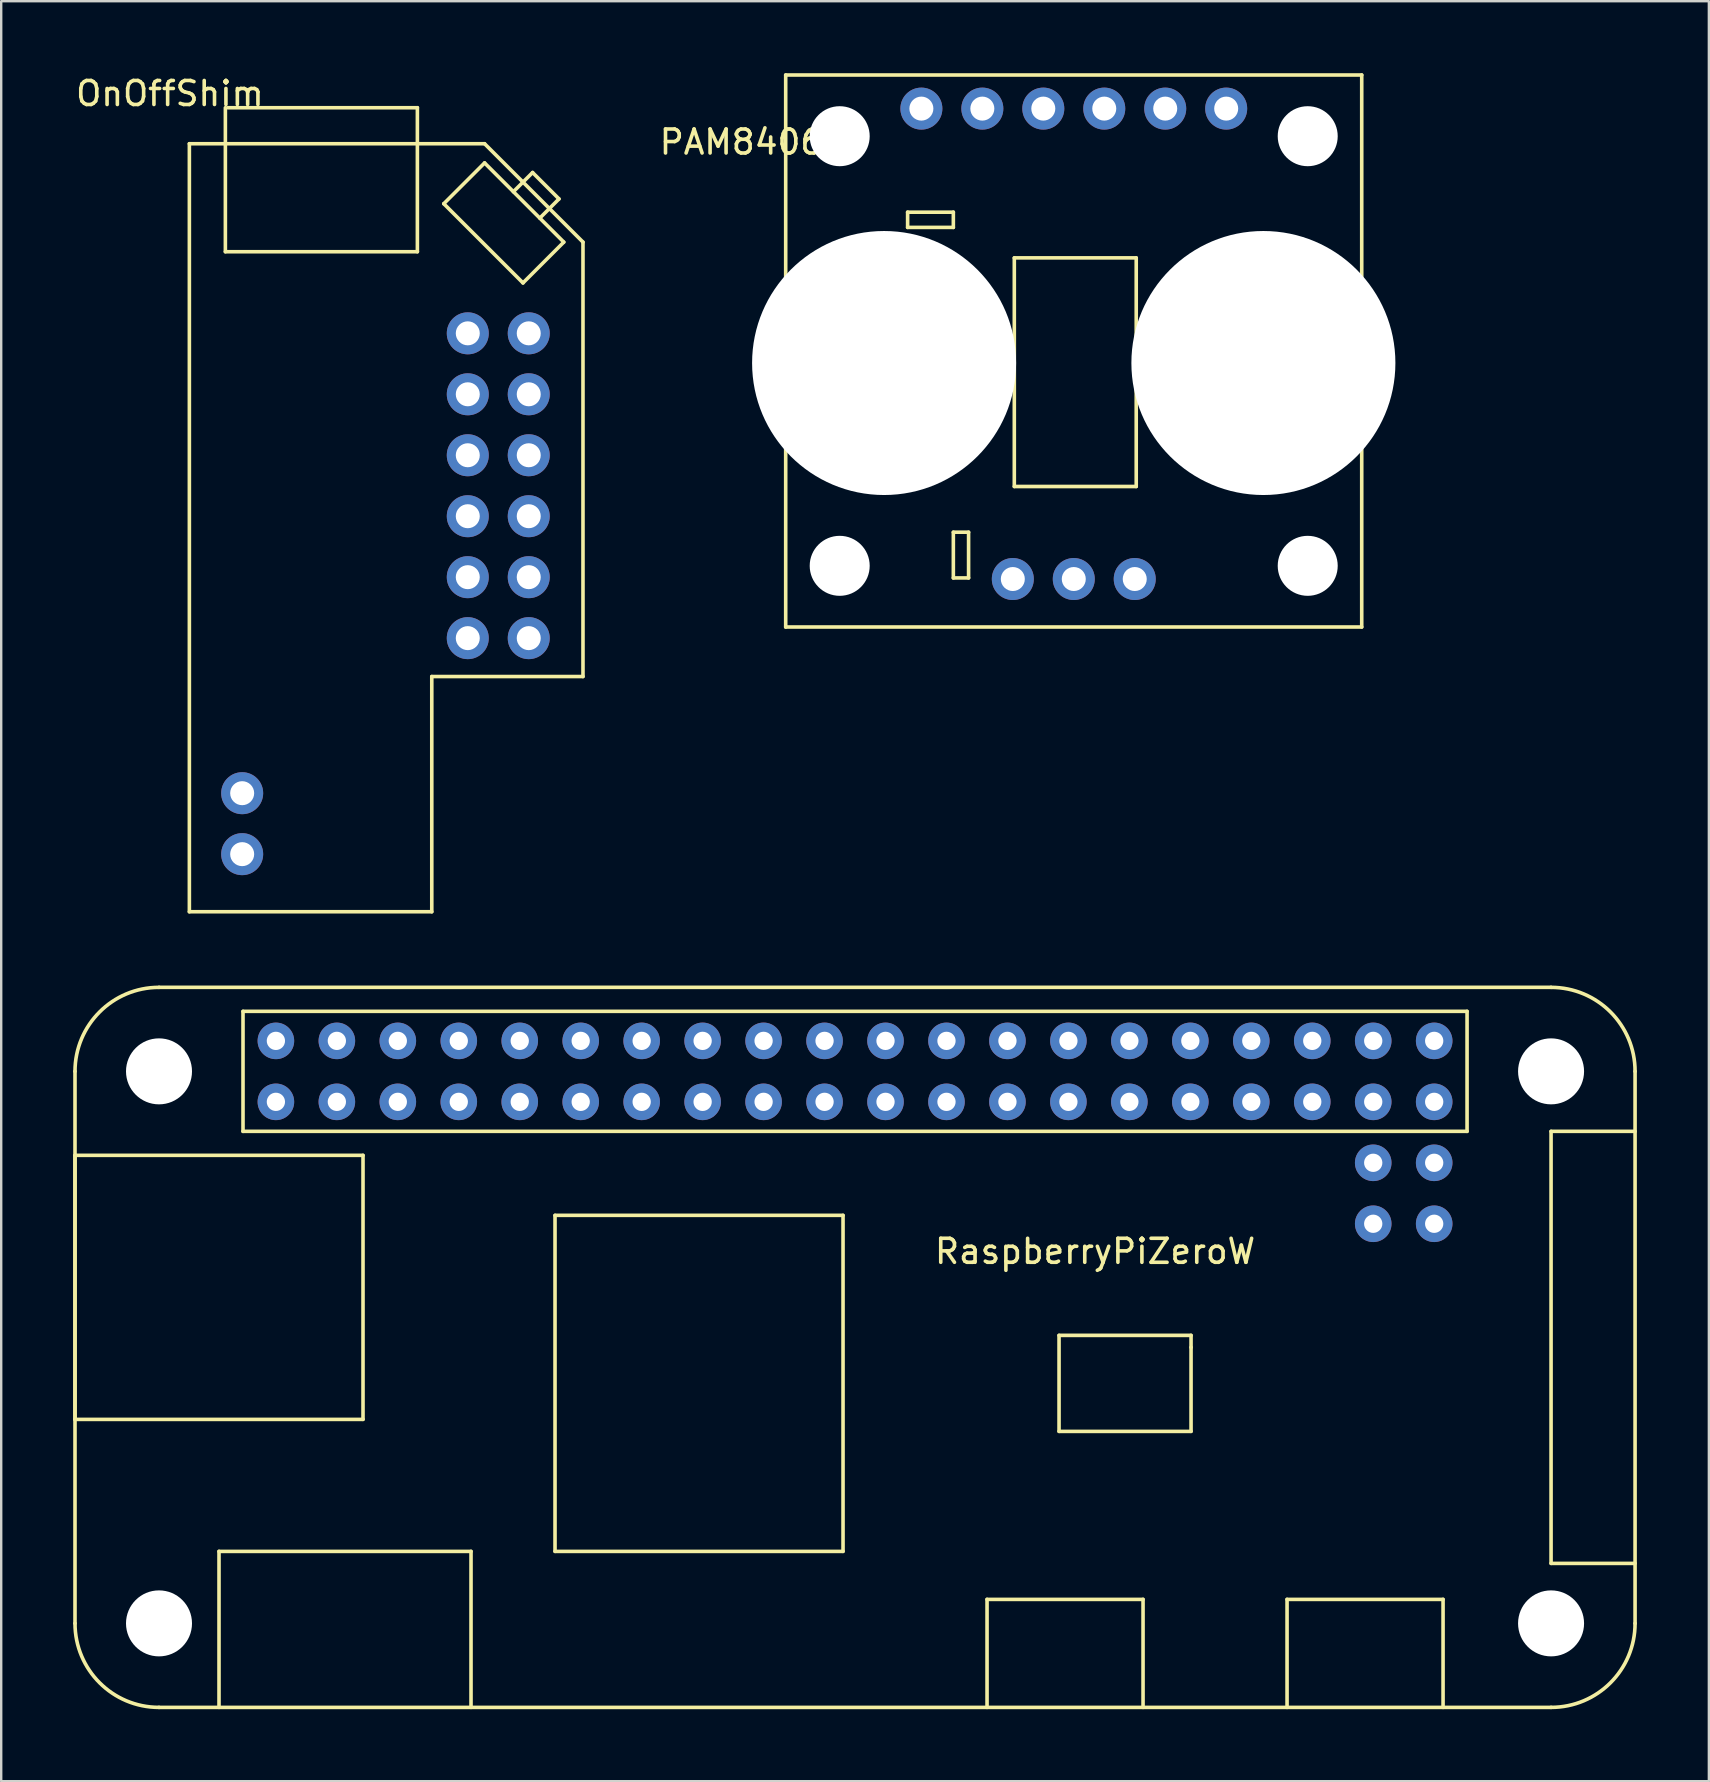
<source format=kicad_pcb>
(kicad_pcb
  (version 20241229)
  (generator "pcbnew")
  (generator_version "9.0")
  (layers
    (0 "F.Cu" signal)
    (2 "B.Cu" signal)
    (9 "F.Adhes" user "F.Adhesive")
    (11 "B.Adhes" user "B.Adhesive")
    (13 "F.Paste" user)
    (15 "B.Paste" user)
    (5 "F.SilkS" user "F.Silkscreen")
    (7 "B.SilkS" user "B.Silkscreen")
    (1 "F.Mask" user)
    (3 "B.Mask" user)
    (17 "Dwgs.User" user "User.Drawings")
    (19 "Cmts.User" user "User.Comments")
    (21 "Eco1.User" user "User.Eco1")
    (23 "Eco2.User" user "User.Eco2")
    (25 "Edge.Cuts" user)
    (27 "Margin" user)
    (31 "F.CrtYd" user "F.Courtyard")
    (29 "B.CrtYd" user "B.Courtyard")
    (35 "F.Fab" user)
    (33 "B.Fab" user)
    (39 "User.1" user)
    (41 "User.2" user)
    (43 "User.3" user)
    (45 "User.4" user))
  (footprint "PAM8406"
    (layer "F.Cu")
    (at 44.229 21.075)
    (property "Reference" "PAM8406" (at -16.384 -18.206 0) (layer "F.SilkS") (effects (font (size 1 1) (thickness 0.15))))
    (attr through_hole)
    (fp_line (start -14.543 -21) (end -14.543 2) (stroke (width 0.15) (type solid)) (layer "F.SilkS"))
    (fp_line (start -14.543 -21) (end 9.457 -21) (stroke (width 0.15) (type solid)) (layer "F.SilkS"))
    (fp_line (start -14.543 2) (end 9.457 2) (stroke (width 0.15) (type solid)) (layer "F.SilkS"))
    (fp_line (start -9.463 -15.285) (end -9.463 -14.65) (stroke (width 0.15) (type solid)) (layer "F.SilkS"))
    (fp_line (start -9.463 -14.65) (end -7.558 -14.65) (stroke (width 0.15) (type solid)) (layer "F.SilkS"))
    (fp_line (start -7.558 -15.285) (end -9.463 -15.285) (stroke (width 0.15) (type solid)) (layer "F.SilkS"))
    (fp_line (start -7.558 -14.65) (end -7.558 -15.285) (stroke (width 0.15) (type solid)) (layer "F.SilkS"))
    (fp_line (start -7.558 -1.95) (end -7.558 -0.045) (stroke (width 0.15) (type solid)) (layer "F.SilkS"))
    (fp_line (start -7.558 -0.045) (end -6.923 -0.045) (stroke (width 0.15) (type solid)) (layer "F.SilkS"))
    (fp_line (start -6.923 -1.95) (end -7.558 -1.95) (stroke (width 0.15) (type solid)) (layer "F.SilkS"))
    (fp_line (start -6.923 -0.045) (end -6.923 -1.95) (stroke (width 0.15) (type solid)) (layer "F.SilkS"))
    (fp_line (start -5.018 -13.38) (end -5.018 -3.855) (stroke (width 0.15) (type solid)) (layer "F.SilkS"))
    (fp_line (start -5.018 -3.855) (end 0.062 -3.855) (stroke (width 0.15) (type solid)) (layer "F.SilkS"))
    (fp_line (start 0.062 -13.38) (end -5.018 -13.38) (stroke (width 0.15) (type solid)) (layer "F.SilkS"))
    (fp_line (start 0.062 -3.855) (end 0.062 -13.38) (stroke (width 0.15) (type solid)) (layer "F.SilkS"))
    (fp_line (start 9.457 -21) (end 9.457 2) (stroke (width 0.15) (type solid)) (layer "F.SilkS"))
    (pad "" np_thru_hole circle (at -12.293 -18.45) (size 2.5 2.5) (drill 2.5) (layers "*.Cu" "*.Mask"))
    (pad "" np_thru_hole circle (at -12.293 -0.55) (size 2.5 2.5) (drill 2.5) (layers "*.Cu" "*.Mask"))
    (pad "" np_thru_hole circle (at -10.443 -9) (size 11 11) (drill 11) (layers "*.Cu" "*.Mask"))
    (pad "" np_thru_hole circle (at 5.36 -9) (size 11 11) (drill 11) (layers "*.Cu" "*.Mask"))
    (pad "" np_thru_hole circle (at 7.207 -18.45) (size 2.5 2.5) (drill 2.5) (layers "*.Cu" "*.Mask"))
    (pad "" np_thru_hole circle (at 7.207 -0.55) (size 2.5 2.5) (drill 2.5) (layers "*.Cu" "*.Mask"))
    (pad "1" thru_hole circle (at 3.81 -19.6) (size 1.75 1.75) (drill 1) (layers "*.Cu" "*.Mask"))
    (pad "2" thru_hole circle (at 1.27 -19.6) (size 1.75 1.75) (drill 1) (layers "*.Cu" "*.Mask"))
    (pad "3" thru_hole circle (at -1.27 -19.6) (size 1.75 1.75) (drill 1) (layers "*.Cu" "*.Mask"))
    (pad "4" thru_hole circle (at -3.81 -19.6) (size 1.75 1.75) (drill 1) (layers "*.Cu" "*.Mask"))
    (pad "5" thru_hole circle (at -6.35 -19.6) (size 1.75 1.75) (drill 1) (layers "*.Cu" "*.Mask"))
    (pad "6" thru_hole circle (at -8.89 -19.6) (size 1.75 1.75) (drill 1) (layers "*.Cu" "*.Mask"))
    (pad "7" thru_hole circle (at 0 0) (size 1.75 1.75) (drill 1) (layers "*.Cu" "*.Mask"))
    (pad "8" thru_hole circle (at -2.54 0) (size 1.75 1.75) (drill 1) (layers "*.Cu" "*.Mask"))
    (pad "9" thru_hole circle (at -5.08 0) (size 1.75 1.75) (drill 1) (layers "*.Cu" "*.Mask")))
  (footprint "RaspberryPiZeroW"
    (layer "F.Cu")
    (at 54.165 40.318)
    (property "Reference" "RaspberryPiZeroW" (at -11.59 8.77 0) (layer "F.SilkS") (effects (font (size 1 1) (thickness 0.15))))
    (attr through_hole)
    (fp_line (start -54.09 1.27) (end -54.09 24.27) (stroke (width 0.15) (type solid)) (layer "F.SilkS"))
    (fp_line (start -54.09 4.77) (end -54.09 15.77) (stroke (width 0.15) (type solid)) (layer "F.SilkS"))
    (fp_line (start -54.09 15.77) (end -42.09 15.77) (stroke (width 0.15) (type solid)) (layer "F.SilkS"))
    (fp_line (start -50.59 -2.23) (end 7.41 -2.23) (stroke (width 0.15) (type solid)) (layer "F.SilkS"))
    (fp_line (start -50.59 27.77) (end 7.41 27.77) (stroke (width 0.15) (type solid)) (layer "F.SilkS"))
    (fp_line (start -48.09 21.27) (end -48.09 27.77) (stroke (width 0.15) (type solid)) (layer "F.SilkS"))
    (fp_line (start -47.09 -1.23) (end -47.09 3.77) (stroke (width 0.15) (type solid)) (layer "F.SilkS"))
    (fp_line (start -47.09 3.77) (end 3.91 3.77) (stroke (width 0.15) (type solid)) (layer "F.SilkS"))
    (fp_line (start -42.09 4.77) (end -54.09 4.77) (stroke (width 0.15) (type solid)) (layer "F.SilkS"))
    (fp_line (start -42.09 15.77) (end -42.09 4.77) (stroke (width 0.15) (type solid)) (layer "F.SilkS"))
    (fp_line (start -37.59 21.27) (end -48.09 21.27) (stroke (width 0.15) (type solid)) (layer "F.SilkS"))
    (fp_line (start -37.59 27.77) (end -37.59 21.27) (stroke (width 0.15) (type solid)) (layer "F.SilkS"))
    (fp_line (start -34.09 7.27) (end -34.09 21.27) (stroke (width 0.15) (type solid)) (layer "F.SilkS"))
    (fp_line (start -34.09 21.27) (end -22.09 21.27) (stroke (width 0.15) (type solid)) (layer "F.SilkS"))
    (fp_line (start -22.09 7.27) (end -34.09 7.27) (stroke (width 0.15) (type solid)) (layer "F.SilkS"))
    (fp_line (start -22.09 21.27) (end -22.09 7.27) (stroke (width 0.15) (type solid)) (layer "F.SilkS"))
    (fp_line (start -16.09 23.27) (end -16.09 27.77) (stroke (width 0.15) (type solid)) (layer "F.SilkS"))
    (fp_line (start -13.09 12.27) (end -13.09 16.27) (stroke (width 0.15) (type solid)) (layer "F.SilkS"))
    (fp_line (start -13.09 16.27) (end -7.59 16.27) (stroke (width 0.15) (type solid)) (layer "F.SilkS"))
    (fp_line (start -9.59 23.27) (end -16.09 23.27) (stroke (width 0.15) (type solid)) (layer "F.SilkS"))
    (fp_line (start -9.59 27.77) (end -9.59 23.27) (stroke (width 0.15) (type solid)) (layer "F.SilkS"))
    (fp_line (start -7.59 12.27) (end -13.09 12.27) (stroke (width 0.15) (type solid)) (layer "F.SilkS"))
    (fp_line (start -7.59 12.77) (end -7.59 12.27) (stroke (width 0.15) (type solid)) (layer "F.SilkS"))
    (fp_line (start -7.59 16.27) (end -7.59 12.77) (stroke (width 0.15) (type solid)) (layer "F.SilkS"))
    (fp_line (start -3.59 23.27) (end -3.59 27.77) (stroke (width 0.15) (type solid)) (layer "F.SilkS"))
    (fp_line (start 2.91 23.27) (end -3.59 23.27) (stroke (width 0.15) (type solid)) (layer "F.SilkS"))
    (fp_line (start 2.91 27.77) (end 2.91 23.27) (stroke (width 0.15) (type solid)) (layer "F.SilkS"))
    (fp_line (start 3.91 -1.23) (end -47.09 -1.23) (stroke (width 0.15) (type solid)) (layer "F.SilkS"))
    (fp_line (start 3.91 3.77) (end 3.91 -1.23) (stroke (width 0.15) (type solid)) (layer "F.SilkS"))
    (fp_line (start 7.41 3.77) (end 7.41 21.77) (stroke (width 0.15) (type solid)) (layer "F.SilkS"))
    (fp_line (start 7.41 21.77) (end 10.91 21.77) (stroke (width 0.15) (type solid)) (layer "F.SilkS"))
    (fp_line (start 10.91 1.27) (end 10.91 24.27) (stroke (width 0.15) (type solid)) (layer "F.SilkS"))
    (fp_line (start 10.91 3.77) (end 7.41 3.77) (stroke (width 0.15) (type solid)) (layer "F.SilkS"))
    (fp_arc (start -54.09 1.27) (mid -53.064874 -1.204874) (end -50.59 -2.23) (stroke (width 0.15) (type solid)) (layer "F.SilkS"))
    (fp_arc (start -50.59 27.77) (mid -53.064874 26.744874) (end -54.09 24.27) (stroke (width 0.15) (type solid)) (layer "F.SilkS"))
    (fp_arc (start 7.41 -2.23) (mid 9.884874 -1.204874) (end 10.91 1.27) (stroke (width 0.15) (type solid)) (layer "F.SilkS"))
    (fp_arc (start 10.91 24.27) (mid 9.884874 26.744874) (end 7.41 27.77) (stroke (width 0.15) (type solid)) (layer "F.SilkS"))
    (pad "" np_thru_hole circle (at -50.59 1.27) (size 2.75 2.75) (drill 2.75) (layers "*.Cu" "*.Mask"))
    (pad "" np_thru_hole circle (at -50.59 24.27) (size 2.75 2.75) (drill 2.75) (layers "*.Cu" "*.Mask"))
    (pad "" np_thru_hole circle (at 7.41 1.27) (size 2.75 2.75) (drill 2.75) (layers "*.Cu" "*.Mask"))
    (pad "" np_thru_hole circle (at 7.41 24.27) (size 2.75 2.75) (drill 2.75) (layers "*.Cu" "*.Mask"))
    (pad "1" thru_hole circle (at -45.72 2.54) (size 1.524 1.524) (drill 0.762) (layers "*.Cu" "*.Mask"))
    (pad "2" thru_hole circle (at -45.72 0) (size 1.524 1.524) (drill 0.762) (layers "*.Cu" "*.Mask"))
    (pad "3" thru_hole circle (at -43.18 2.54) (size 1.524 1.524) (drill 0.762) (layers "*.Cu" "*.Mask"))
    (pad "4" thru_hole circle (at -43.18 0) (size 1.524 1.524) (drill 0.762) (layers "*.Cu" "*.Mask"))
    (pad "5" thru_hole circle (at -40.64 2.54) (size 1.524 1.524) (drill 0.762) (layers "*.Cu" "*.Mask"))
    (pad "6" thru_hole circle (at -40.64 0) (size 1.524 1.524) (drill 0.762) (layers "*.Cu" "*.Mask"))
    (pad "7" thru_hole circle (at -38.1 2.54) (size 1.524 1.524) (drill 0.762) (layers "*.Cu" "*.Mask"))
    (pad "8" thru_hole circle (at -38.1 0) (size 1.524 1.524) (drill 0.762) (layers "*.Cu" "*.Mask"))
    (pad "9" thru_hole circle (at -35.56 2.54) (size 1.524 1.524) (drill 0.762) (layers "*.Cu" "*.Mask"))
    (pad "10" thru_hole circle (at -35.56 0) (size 1.524 1.524) (drill 0.762) (layers "*.Cu" "*.Mask"))
    (pad "11" thru_hole circle (at -33.02 2.54) (size 1.524 1.524) (drill 0.762) (layers "*.Cu" "*.Mask"))
    (pad "12" thru_hole circle (at -33.02 0) (size 1.524 1.524) (drill 0.762) (layers "*.Cu" "*.Mask"))
    (pad "13" thru_hole circle (at -30.48 2.54) (size 1.524 1.524) (drill 0.762) (layers "*.Cu" "*.Mask"))
    (pad "14" thru_hole circle (at -30.48 0) (size 1.524 1.524) (drill 0.762) (layers "*.Cu" "*.Mask"))
    (pad "15" thru_hole circle (at -27.94 2.54) (size 1.524 1.524) (drill 0.762) (layers "*.Cu" "*.Mask"))
    (pad "16" thru_hole circle (at -27.94 0) (size 1.524 1.524) (drill 0.762) (layers "*.Cu" "*.Mask"))
    (pad "17" thru_hole circle (at -25.4 2.54) (size 1.524 1.524) (drill 0.762) (layers "*.Cu" "*.Mask"))
    (pad "18" thru_hole circle (at -25.4 0) (size 1.524 1.524) (drill 0.762) (layers "*.Cu" "*.Mask"))
    (pad "19" thru_hole circle (at -22.86 2.54) (size 1.524 1.524) (drill 0.762) (layers "*.Cu" "*.Mask"))
    (pad "20" thru_hole circle (at -22.86 0) (size 1.524 1.524) (drill 0.762) (layers "*.Cu" "*.Mask"))
    (pad "21" thru_hole circle (at -20.32 2.54) (size 1.524 1.524) (drill 0.762) (layers "*.Cu" "*.Mask"))
    (pad "22" thru_hole circle (at -20.32 0) (size 1.524 1.524) (drill 0.762) (layers "*.Cu" "*.Mask"))
    (pad "23" thru_hole circle (at -17.78 2.54) (size 1.524 1.524) (drill 0.762) (layers "*.Cu" "*.Mask"))
    (pad "24" thru_hole circle (at -17.78 0) (size 1.524 1.524) (drill 0.762) (layers "*.Cu" "*.Mask"))
    (pad "25" thru_hole circle (at -15.24 2.54) (size 1.524 1.524) (drill 0.762) (layers "*.Cu" "*.Mask"))
    (pad "26" thru_hole circle (at -15.24 0) (size 1.524 1.524) (drill 0.762) (layers "*.Cu" "*.Mask"))
    (pad "27" thru_hole circle (at -12.7 2.54) (size 1.524 1.524) (drill 0.762) (layers "*.Cu" "*.Mask"))
    (pad "28" thru_hole circle (at -12.7 0) (size 1.524 1.524) (drill 0.762) (layers "*.Cu" "*.Mask"))
    (pad "29" thru_hole circle (at -10.16 2.54) (size 1.524 1.524) (drill 0.762) (layers "*.Cu" "*.Mask"))
    (pad "30" thru_hole circle (at -10.16 0) (size 1.524 1.524) (drill 0.762) (layers "*.Cu" "*.Mask"))
    (pad "31" thru_hole circle (at -7.62 2.54) (size 1.524 1.524) (drill 0.762) (layers "*.Cu" "*.Mask"))
    (pad "32" thru_hole circle (at -7.62 0) (size 1.524 1.524) (drill 0.762) (layers "*.Cu" "*.Mask"))
    (pad "33" thru_hole circle (at -5.08 2.54) (size 1.524 1.524) (drill 0.762) (layers "*.Cu" "*.Mask"))
    (pad "34" thru_hole circle (at -5.08 0) (size 1.524 1.524) (drill 0.762) (layers "*.Cu" "*.Mask"))
    (pad "35" thru_hole circle (at -2.54 2.54) (size 1.524 1.524) (drill 0.762) (layers "*.Cu" "*.Mask"))
    (pad "36" thru_hole circle (at -2.54 0) (size 1.524 1.524) (drill 0.762) (layers "*.Cu" "*.Mask"))
    (pad "37" thru_hole circle (at 0 2.54) (size 1.524 1.524) (drill 0.762) (layers "*.Cu" "*.Mask"))
    (pad "38" thru_hole circle (at 0 0) (size 1.524 1.524) (drill 0.762) (layers "*.Cu" "*.Mask"))
    (pad "39" thru_hole circle (at 2.54 2.54) (size 1.524 1.524) (drill 0.762) (layers "*.Cu" "*.Mask"))
    (pad "40" thru_hole circle (at 2.54 0) (size 1.524 1.524) (drill 0.762) (layers "*.Cu" "*.Mask"))
    (pad "41" thru_hole circle (at 0 5.08) (size 1.524 1.524) (drill 0.762) (layers "*.Cu" "*.Mask"))
    (pad "42" thru_hole circle (at 2.54 5.08) (size 1.524 1.524) (drill 0.762) (layers "*.Cu" "*.Mask"))
    (pad "43" thru_hole circle (at 0 7.62) (size 1.524 1.524) (drill 0.762) (layers "*.Cu" "*.Mask"))
    (pad "44" thru_hole circle (at 2.54 7.62) (size 1.524 1.524) (drill 0.762) (layers "*.Cu" "*.Mask")))
  (footprint "OnOffShim"
    (layer "F.Cu")
    (at 12.36 17.088)
    (property "Reference" "OnOffShim" (at -8.33 -16.24 0) (layer "F.SilkS") (effects (font (size 1 1) (thickness 0.15))))
    (attr through_hole)
    (fp_line (start -7.52 -14.15) (end 4.78 -14.15) (stroke (width 0.15) (type solid)) (layer "F.SilkS"))
    (fp_line (start -7.52 17.85) (end -7.52 -14.15) (stroke (width 0.15) (type solid)) (layer "F.SilkS"))
    (fp_line (start -7.52 17.85) (end 2.58 17.85) (stroke (width 0.15) (type solid)) (layer "F.SilkS"))
    (fp_line (start -6.02 -15.65) (end -6.02 -9.65) (stroke (width 0.15) (type solid)) (layer "F.SilkS"))
    (fp_line (start -6.02 -9.65) (end 1.98 -9.65) (stroke (width 0.15) (type solid)) (layer "F.SilkS"))
    (fp_line (start 1.98 -15.65) (end -5.92 -15.65) (stroke (width 0.15) (type solid)) (layer "F.SilkS"))
    (fp_line (start 1.98 -9.65) (end 1.98 -15.65) (stroke (width 0.15) (type solid)) (layer "F.SilkS"))
    (fp_line (start 2.58 8.05) (end 8.88 8.05) (stroke (width 0.15) (type solid)) (layer "F.SilkS"))
    (fp_line (start 2.58 17.85) (end 2.58 8.05) (stroke (width 0.15) (type solid)) (layer "F.SilkS"))
    (fp_line (start 3.08 -11.65) (end 6.38 -8.35) (stroke (width 0.15) (type solid)) (layer "F.SilkS"))
    (fp_line (start 4.78 -14.15) (end 8.88 -10.05) (stroke (width 0.15) (type solid)) (layer "F.SilkS"))
    (fp_line (start 4.78 -13.35) (end 3.08 -11.65) (stroke (width 0.15) (type solid)) (layer "F.SilkS"))
    (fp_line (start 4.78 -13.35) (end 8.08 -10.05) (stroke (width 0.15) (type solid)) (layer "F.SilkS"))
    (fp_line (start 5.98 -12.15) (end 6.78 -12.95) (stroke (width 0.15) (type solid)) (layer "F.SilkS"))
    (fp_line (start 6.78 -12.95) (end 7.88 -11.85) (stroke (width 0.15) (type solid)) (layer "F.SilkS"))
    (fp_line (start 7.88 -11.85) (end 7.08 -11.05) (stroke (width 0.15) (type solid)) (layer "F.SilkS"))
    (fp_line (start 8.08 -10.05) (end 6.38 -8.35) (stroke (width 0.15) (type solid)) (layer "F.SilkS"))
    (fp_line (start 8.88 -10.05) (end 8.88 8.05) (stroke (width 0.15) (type solid)) (layer "F.SilkS"))
    (pad "1" thru_hole circle (at 6.62 -6.25) (size 1.75 1.75) (drill 1) (layers "*.Cu" "*.Mask"))
    (pad "2" thru_hole circle (at 6.62 -3.71) (size 1.75 1.75) (drill 1) (layers "*.Cu" "*.Mask"))
    (pad "3" thru_hole circle (at 6.62 -1.17) (size 1.75 1.75) (drill 1) (layers "*.Cu" "*.Mask"))
    (pad "4" thru_hole circle (at 6.62 1.37) (size 1.75 1.75) (drill 1) (layers "*.Cu" "*.Mask"))
    (pad "5" thru_hole circle (at 6.62 3.91) (size 1.75 1.75) (drill 1) (layers "*.Cu" "*.Mask"))
    (pad "6" thru_hole circle (at 6.62 6.45) (size 1.75 1.75) (drill 1) (layers "*.Cu" "*.Mask"))
    (pad "7" thru_hole circle (at 4.08 -6.25) (size 1.75 1.75) (drill 1) (layers "*.Cu" "*.Mask"))
    (pad "8" thru_hole circle (at 4.08 -3.71) (size 1.75 1.75) (drill 1) (layers "*.Cu" "*.Mask"))
    (pad "9" thru_hole circle (at 4.08 -1.17) (size 1.75 1.75) (drill 1) (layers "*.Cu" "*.Mask"))
    (pad "10" thru_hole circle (at 4.08 1.37) (size 1.75 1.75) (drill 1) (layers "*.Cu" "*.Mask"))
    (pad "11" thru_hole circle (at 4.08 3.91) (size 1.75 1.75) (drill 1) (layers "*.Cu" "*.Mask"))
    (pad "12" thru_hole circle (at 4.08 6.45) (size 1.75 1.75) (drill 1) (layers "*.Cu" "*.Mask"))
    (pad "13" thru_hole circle (at -5.32 15.45) (size 1.75 1.75) (drill 1) (layers "*.Cu" "*.Mask"))
    (pad "14" thru_hole circle (at -5.32 12.91) (size 1.75 1.75) (drill 1) (layers "*.Cu" "*.Mask")))
  (gr_rect
    (start -3 -3)
    (end 68.15 71.163)
    (stroke (width 0.1) (type default))
    (fill no)
    (layer "Edge.Cuts")))
</source>
